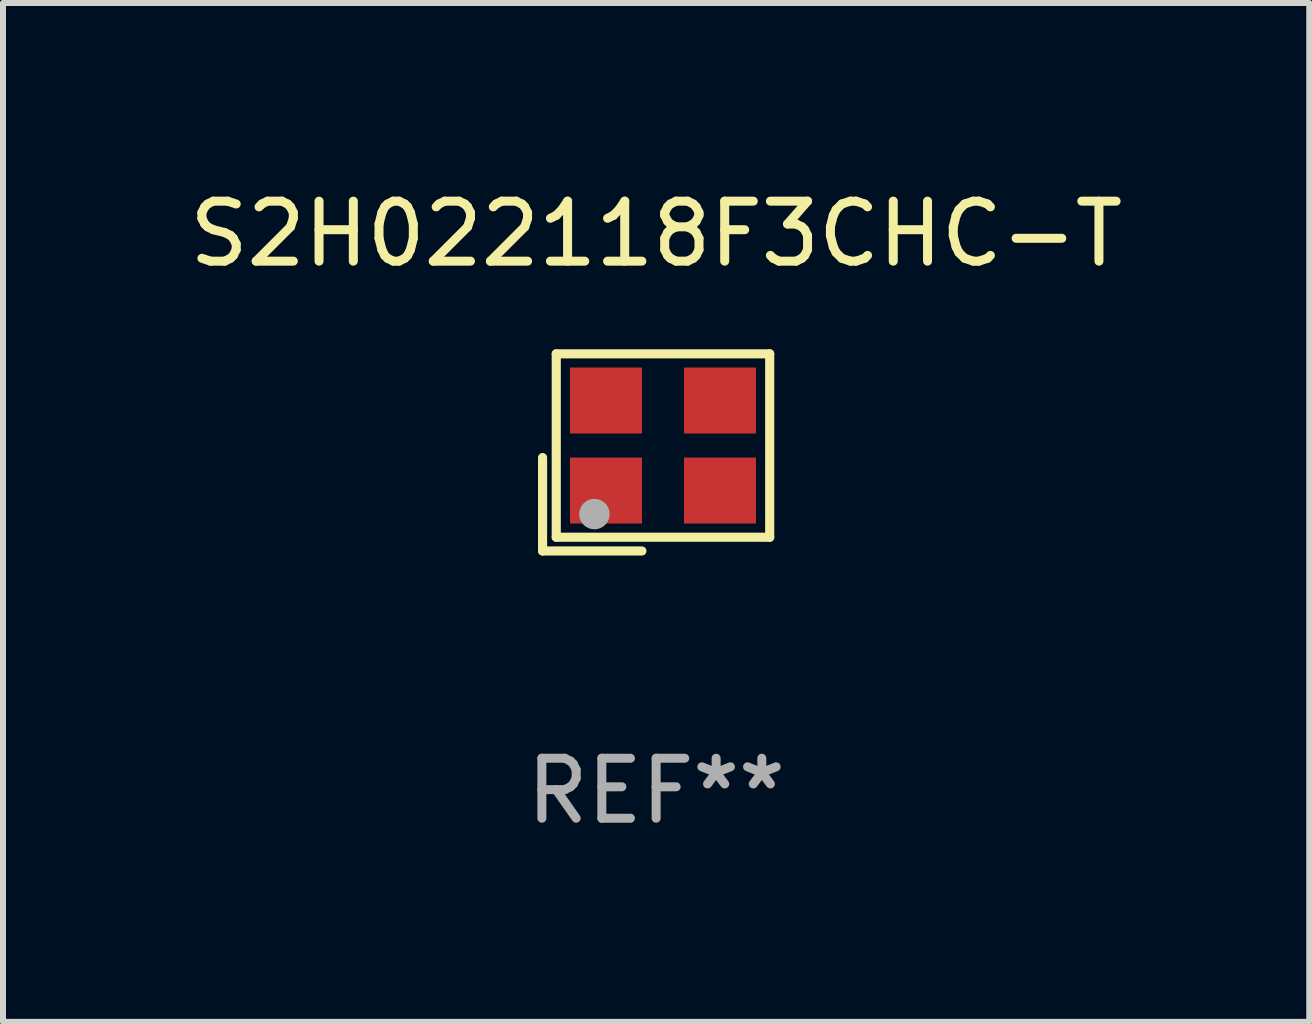
<source format=kicad_pcb>
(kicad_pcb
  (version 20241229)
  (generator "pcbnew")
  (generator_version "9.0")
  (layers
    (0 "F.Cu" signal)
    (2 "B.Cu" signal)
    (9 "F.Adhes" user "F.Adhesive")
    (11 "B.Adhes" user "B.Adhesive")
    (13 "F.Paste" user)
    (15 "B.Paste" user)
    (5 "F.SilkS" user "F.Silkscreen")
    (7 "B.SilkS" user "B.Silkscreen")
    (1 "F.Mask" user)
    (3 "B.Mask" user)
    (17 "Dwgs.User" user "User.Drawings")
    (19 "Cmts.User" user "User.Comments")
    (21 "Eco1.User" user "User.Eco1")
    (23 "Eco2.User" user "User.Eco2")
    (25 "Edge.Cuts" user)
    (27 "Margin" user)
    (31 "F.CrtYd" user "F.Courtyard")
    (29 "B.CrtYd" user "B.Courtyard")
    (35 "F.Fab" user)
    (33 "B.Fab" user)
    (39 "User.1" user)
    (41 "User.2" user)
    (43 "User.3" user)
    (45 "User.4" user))
  (footprint "S2H022118F3CHC-T"
    (layer "F.Cu")
    (at 7.887 4.491)
    (property "Reference" "S2H022118F3CHC-T" (at 0 -3.643 0) (layer "F.SilkS") (effects (font (size 1 1) (thickness 0.15))))
    (attr through_hole)
    (fp_line (start -1.893 0.086) (end -1.893 1.643) (stroke (width 0.152) (type solid)) (layer "F.SilkS"))
    (fp_line (start -1.893 1.643) (end -0.237 1.643) (stroke (width 0.152) (type solid)) (layer "F.SilkS"))
    (fp_line (start -1.665 -1.643) (end 1.893 -1.643) (stroke (width 0.152) (type solid)) (layer "F.SilkS"))
    (fp_line (start -1.665 1.414) (end -1.665 -1.643) (stroke (width 0.152) (type solid)) (layer "F.SilkS"))
    (fp_line (start 1.893 -1.643) (end 1.893 1.414) (stroke (width 0.152) (type solid)) (layer "F.SilkS"))
    (fp_line (start 1.893 1.414) (end -1.665 1.414) (stroke (width 0.152) (type solid)) (layer "F.SilkS"))
    (fp_circle (center -1.136 0.885) (end -1.106 0.885) (stroke (width 0.06) (type solid)) (fill no) (layer "F.SilkS"))
    (fp_circle (center -1.029 1.028) (end -0.902 1.028) (stroke (width 0.254) (type solid)) (fill no) (layer "F.Fab"))
    (fp_text user "REF**" (at 0 5.643 0) (layer "F.Fab") (effects (font (size 1 1) (thickness 0.15))))
    (pad "1" smd rect (at -0.836 0.636) (size 1.2 1.1) (layers "F.Cu" "F.Mask" "F.Paste"))
    (pad "2" smd rect (at 1.064 0.636) (size 1.2 1.1) (layers "F.Cu" "F.Mask" "F.Paste"))
    (pad "3" smd rect (at 1.064 -0.865) (size 1.2 1.1) (layers "F.Cu" "F.Mask" "F.Paste"))
    (pad "4" smd rect (at -0.836 -0.865) (size 1.2 1.1) (layers "F.Cu" "F.Mask" "F.Paste")))
  (gr_rect
    (start -3 -3)
    (end 18.774 13.983)
    (stroke (width 0.1) (type default))
    (fill no)
    (layer "Edge.Cuts")))
</source>
